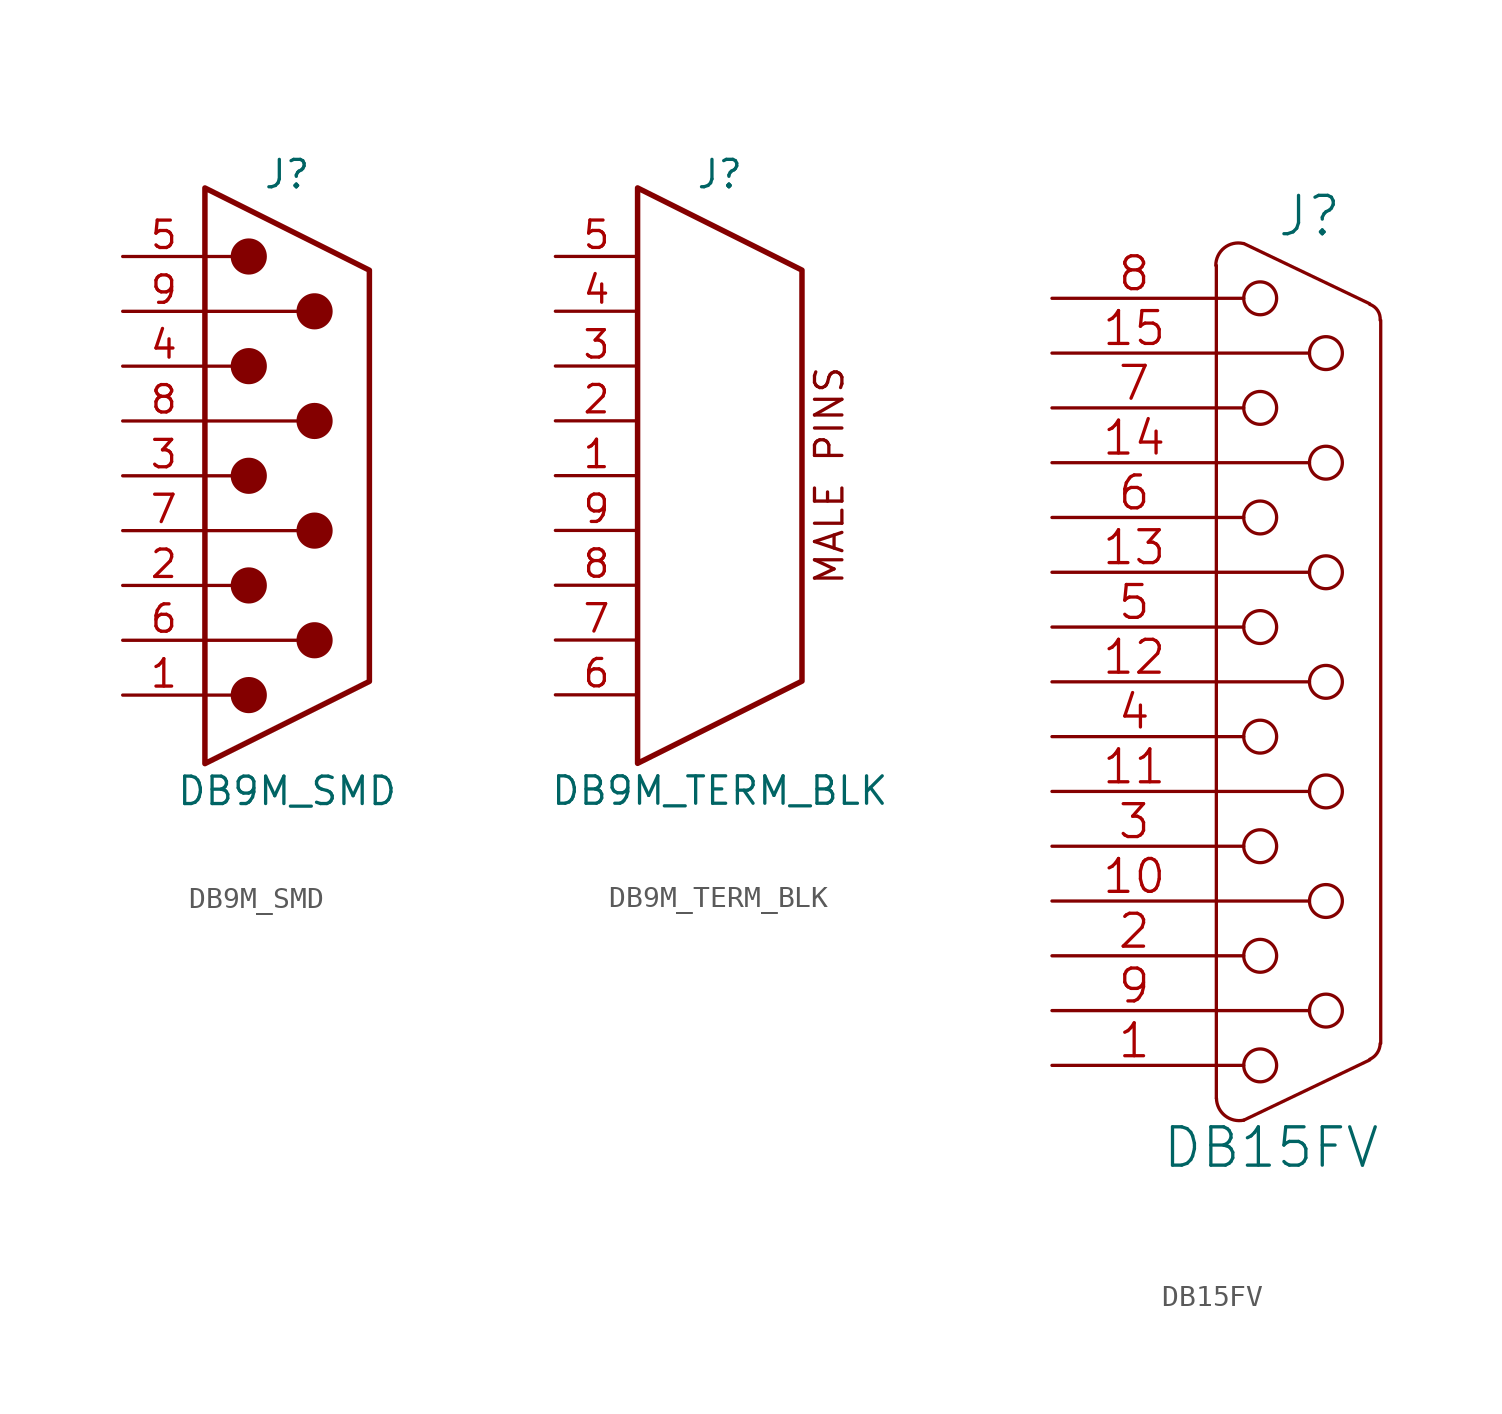
<source format=kicad_sym>
(kicad_symbol_lib
  (version 20211014)
  (generator kicad_symbol_editor)
  (symbol "DB9M_SMD"
    (pin_names
      (offset 1.016) hide)
    (property "Reference" "J"
      (at 0 13.97 0)
      (effects (font (size 1.27 1.27))))
    (property "Value" "DB9M_SMD"
      (at 0 -14.605 0)
      (effects (font (size 1.27 1.27))))
    (symbol "DB9M_SMD_0_1"
      (circle (center -1.778 -10.16) (radius 0.762) (stroke (width 0) (type default) (color 0 0 0 0)) (fill (type outline)))
      (circle (center -1.778 -5.08) (radius 0.762) (stroke (width 0) (type default) (color 0 0 0 0)) (fill (type outline)))
      (circle (center -1.778 0) (radius 0.762) (stroke (width 0) (type default) (color 0 0 0 0)) (fill (type outline)))
      (circle (center -1.778 5.08) (radius 0.762) (stroke (width 0) (type default) (color 0 0 0 0)) (fill (type outline)))
      (circle (center -1.778 10.16) (radius 0.762) (stroke (width 0) (type default) (color 0 0 0 0)) (fill (type outline)))
      (polyline (pts (xy -3.81 -10.16) (xy -2.54 -10.16)) (stroke (width 0) (type default) (color 0 0 0 0)) (fill (type none)))
      (polyline (pts (xy -3.81 -7.62) (xy 0.508 -7.62)) (stroke (width 0) (type default) (color 0 0 0 0)) (fill (type none)))
      (polyline (pts (xy -3.81 -5.08) (xy -2.54 -5.08)) (stroke (width 0) (type default) (color 0 0 0 0)) (fill (type none)))
      (polyline (pts (xy -3.81 -2.54) (xy 0.508 -2.54)) (stroke (width 0) (type default) (color 0 0 0 0)) (fill (type none)))
      (polyline (pts (xy -3.81 0) (xy -2.54 0)) (stroke (width 0) (type default) (color 0 0 0 0)) (fill (type none)))
      (polyline (pts (xy -3.81 2.54) (xy 0.508 2.54)) (stroke (width 0) (type default) (color 0 0 0 0)) (fill (type none)))
      (polyline (pts (xy -3.81 5.08) (xy -2.54 5.08)) (stroke (width 0) (type default) (color 0 0 0 0)) (fill (type none)))
      (polyline (pts (xy -3.81 7.62) (xy 0.508 7.62)) (stroke (width 0) (type default) (color 0 0 0 0)) (fill (type none)))
      (polyline (pts (xy -3.81 10.16) (xy -2.54 10.16)) (stroke (width 0) (type default) (color 0 0 0 0)) (fill (type none)))
      (polyline (pts (xy -3.81 -13.335) (xy -3.81 13.335) (xy 3.81 9.525) (xy 3.81 -9.525) (xy -3.81 -13.335)) (stroke (width 0.254) (type default) (color 0 0 0 0)) (fill (type none)))
      (circle (center 1.27 -7.62) (radius 0.762) (stroke (width 0) (type default) (color 0 0 0 0)) (fill (type outline)))
      (circle (center 1.27 -2.54) (radius 0.762) (stroke (width 0) (type default) (color 0 0 0 0)) (fill (type outline)))
      (circle (center 1.27 2.54) (radius 0.762) (stroke (width 0) (type default) (color 0 0 0 0)) (fill (type outline)))
      (circle (center 1.27 7.62) (radius 0.762) (stroke (width 0) (type default) (color 0 0 0 0)) (fill (type outline))))
    (symbol "DB9M_SMD_1_1"
      (pin passive line (at -7.62 -10.16 0) (length 3.81) (name "1" (effects (font (size 1.27 1.27)))) (number "1" (effects (font (size 1.27 1.27)))))
      (pin passive line (at -7.62 -5.08 0) (length 3.81) (name "2" (effects (font (size 1.27 1.27)))) (number "2" (effects (font (size 1.27 1.27)))))
      (pin passive line (at -7.62 0 0) (length 3.81) (name "3" (effects (font (size 1.27 1.27)))) (number "3" (effects (font (size 1.27 1.27)))))
      (pin passive line (at -7.62 5.08 0) (length 3.81) (name "4" (effects (font (size 1.27 1.27)))) (number "4" (effects (font (size 1.27 1.27)))))
      (pin passive line (at -7.62 10.16 0) (length 3.81) (name "5" (effects (font (size 1.27 1.27)))) (number "5" (effects (font (size 1.27 1.27)))))
      (pin passive line (at -7.62 -7.62 0) (length 3.81) (name "6" (effects (font (size 1.27 1.27)))) (number "6" (effects (font (size 1.27 1.27)))))
      (pin passive line (at -7.62 -2.54 0) (length 3.81) (name "7" (effects (font (size 1.27 1.27)))) (number "7" (effects (font (size 1.27 1.27)))))
      (pin passive line (at -7.62 2.54 0) (length 3.81) (name "8" (effects (font (size 1.27 1.27)))) (number "8" (effects (font (size 1.27 1.27)))))
      (pin passive line (at -7.62 7.62 0) (length 3.81) (name "9" (effects (font (size 1.27 1.27)))) (number "9" (effects (font (size 1.27 1.27)))))))
  (symbol "DB9M_TERM_BLK"
    (pin_names
      (offset 1.016) hide)
    (property "Reference" "J"
      (at 0 13.97 0)
      (effects (font (size 1.27 1.27))))
    (property "Value" "DB9M_TERM_BLK"
      (at 0 -14.605 0)
      (effects (font (size 1.27 1.27))))
    (symbol "DB9M_TERM_BLK_0_0"
      (text "MALE PINS" (at 5.08 0 900) (effects (font (size 1.27 1.27)))))
    (symbol "DB9M_TERM_BLK_0_1"
      (polyline (pts (xy -3.81 -13.335) (xy -3.81 13.335) (xy 3.81 9.525) (xy 3.81 -9.525) (xy -3.81 -13.335)) (stroke (width 0.254) (type default) (color 0 0 0 0)) (fill (type none))))
    (symbol "DB9M_TERM_BLK_1_1"
      (pin passive line (at -7.62 0 0) (length 3.81) (name "1" (effects (font (size 1.27 1.27)))) (number "1" (effects (font (size 1.27 1.27)))))
      (pin passive line (at -7.62 2.54 0) (length 3.81) (name "2" (effects (font (size 1.27 1.27)))) (number "2" (effects (font (size 1.27 1.27)))))
      (pin passive line (at -7.62 5.08 0) (length 3.81) (name "3" (effects (font (size 1.27 1.27)))) (number "3" (effects (font (size 1.27 1.27)))))
      (pin passive line (at -7.62 7.62 0) (length 3.81) (name "4" (effects (font (size 1.27 1.27)))) (number "4" (effects (font (size 1.27 1.27)))))
      (pin passive line (at -7.62 10.16 0) (length 3.81) (name "5" (effects (font (size 1.27 1.27)))) (number "5" (effects (font (size 1.27 1.27)))))
      (pin passive line (at -7.62 -10.16 0) (length 3.81) (name "6" (effects (font (size 1.27 1.27)))) (number "6" (effects (font (size 1.27 1.27)))))
      (pin passive line (at -7.62 -7.62 0) (length 3.81) (name "7" (effects (font (size 1.27 1.27)))) (number "7" (effects (font (size 1.27 1.27)))))
      (pin passive line (at -7.62 -5.08 0) (length 3.81) (name "8" (effects (font (size 1.27 1.27)))) (number "8" (effects (font (size 1.27 1.27)))))
      (pin passive line (at -7.62 -2.54 0) (length 3.81) (name "9" (effects (font (size 1.27 1.27)))) (number "9" (effects (font (size 1.27 1.27)))))))
  (symbol "DB15FV"
    (pin_names
      (offset 1.016) hide)
    (property "Reference" "J"
      (at 0.508 21.59 0)
      (effects (font (size 1.778 1.778))))
    (property "Value" "DB15FV"
      (at -1.27 -21.59 0)
      (effects (font (size 1.778 1.778))))
    (property "Datasheet" ""
      (at 0 0 0)
      (effects (font (size 1.524 1.524))))
    (symbol "DB15FV_0_1"
      (arc (start -3.81 -19.304) (mid -3.4118 -20.1103) (end -2.54 -20.32) (stroke (width 0) (type default) (color 0 0 0 0)) (fill (type none)))
      (arc (start -2.5654 20.32) (mid -3.4446 20.1172) (end -3.8354 19.304) (stroke (width 0) (type default) (color 0 0 0 0)) (fill (type none)))
      (circle (center -1.778 -17.78) (radius 0.762) (stroke (width 0) (type default) (color 0 0 0 0)) (fill (type none)))
      (circle (center -1.778 -12.7) (radius 0.762) (stroke (width 0) (type default) (color 0 0 0 0)) (fill (type none)))
      (circle (center -1.778 -7.62) (radius 0.762) (stroke (width 0) (type default) (color 0 0 0 0)) (fill (type none)))
      (circle (center -1.778 -2.54) (radius 0.762) (stroke (width 0) (type default) (color 0 0 0 0)) (fill (type none)))
      (circle (center -1.778 2.54) (radius 0.762) (stroke (width 0) (type default) (color 0 0 0 0)) (fill (type none)))
      (circle (center -1.778 7.62) (radius 0.762) (stroke (width 0) (type default) (color 0 0 0 0)) (fill (type none)))
      (circle (center -1.778 12.7) (radius 0.762) (stroke (width 0) (type default) (color 0 0 0 0)) (fill (type none)))
      (circle (center -1.778 17.78) (radius 0.762) (stroke (width 0) (type default) (color 0 0 0 0)) (fill (type none)))
      (polyline (pts (xy -3.81 -19.304) (xy -3.81 19.304)) (stroke (width 0) (type default) (color 0 0 0 0)) (fill (type none)))
      (polyline (pts (xy -3.81 -17.78) (xy -2.54 -17.78)) (stroke (width 0) (type default) (color 0 0 0 0)) (fill (type none)))
      (polyline (pts (xy -3.81 -15.24) (xy 0.508 -15.24)) (stroke (width 0) (type default) (color 0 0 0 0)) (fill (type none)))
      (polyline (pts (xy -3.81 -12.7) (xy -2.54 -12.7)) (stroke (width 0) (type default) (color 0 0 0 0)) (fill (type none)))
      (polyline (pts (xy -3.81 -10.16) (xy 0.508 -10.16)) (stroke (width 0) (type default) (color 0 0 0 0)) (fill (type none)))
      (polyline (pts (xy -3.81 -7.62) (xy -2.54 -7.62)) (stroke (width 0) (type default) (color 0 0 0 0)) (fill (type none)))
      (polyline (pts (xy -3.81 -5.08) (xy 0.508 -5.08)) (stroke (width 0) (type default) (color 0 0 0 0)) (fill (type none)))
      (polyline (pts (xy -3.81 -2.54) (xy -2.54 -2.54)) (stroke (width 0) (type default) (color 0 0 0 0)) (fill (type none)))
      (polyline (pts (xy -3.81 0) (xy 0.508 0)) (stroke (width 0) (type default) (color 0 0 0 0)) (fill (type none)))
      (polyline (pts (xy -3.81 2.54) (xy -2.54 2.54)) (stroke (width 0) (type default) (color 0 0 0 0)) (fill (type none)))
      (polyline (pts (xy -3.81 5.08) (xy 0.508 5.08)) (stroke (width 0) (type default) (color 0 0 0 0)) (fill (type none)))
      (polyline (pts (xy -3.81 7.62) (xy -2.54 7.62)) (stroke (width 0) (type default) (color 0 0 0 0)) (fill (type none)))
      (polyline (pts (xy -3.81 10.16) (xy 0.508 10.16)) (stroke (width 0) (type default) (color 0 0 0 0)) (fill (type none)))
      (polyline (pts (xy -3.81 12.7) (xy -2.54 12.7)) (stroke (width 0) (type default) (color 0 0 0 0)) (fill (type none)))
      (polyline (pts (xy -3.81 15.24) (xy 0.508 15.24)) (stroke (width 0) (type default) (color 0 0 0 0)) (fill (type none)))
      (polyline (pts (xy -3.81 17.78) (xy -2.54 17.78)) (stroke (width 0) (type default) (color 0 0 0 0)) (fill (type none)))
      (polyline (pts (xy 3.302 -17.526) (xy -2.54 -20.32)) (stroke (width 0) (type default) (color 0 0 0 0)) (fill (type none)))
      (polyline (pts (xy 3.302 17.526) (xy -2.54 20.32)) (stroke (width 0) (type default) (color 0 0 0 0)) (fill (type none)))
      (polyline (pts (xy 3.81 -16.764) (xy 3.81 16.764)) (stroke (width 0) (type default) (color 0 0 0 0)) (fill (type none)))
      (circle (center 1.27 -15.24) (radius 0.762) (stroke (width 0) (type default) (color 0 0 0 0)) (fill (type none)))
      (circle (center 1.27 -10.16) (radius 0.762) (stroke (width 0) (type default) (color 0 0 0 0)) (fill (type none)))
      (circle (center 1.27 -5.08) (radius 0.762) (stroke (width 0) (type default) (color 0 0 0 0)) (fill (type none)))
      (circle (center 1.27 0) (radius 0.762) (stroke (width 0) (type default) (color 0 0 0 0)) (fill (type none)))
      (circle (center 1.27 5.08) (radius 0.762) (stroke (width 0) (type default) (color 0 0 0 0)) (fill (type none)))
      (circle (center 1.27 10.16) (radius 0.762) (stroke (width 0) (type default) (color 0 0 0 0)) (fill (type none)))
      (circle (center 1.27 15.24) (radius 0.762) (stroke (width 0) (type default) (color 0 0 0 0)) (fill (type none)))
      (arc (start 3.302 -17.5006) (mid 3.6494 -17.2028) (end 3.7846 -16.764) (stroke (width 0) (type default) (color 0 0 0 0)) (fill (type none)))
      (arc (start 3.7846 16.764) (mid 3.6682 17.2155) (end 3.302 17.5006) (stroke (width 0) (type default) (color 0 0 0 0)) (fill (type none))))
    (symbol "DB15FV_1_1"
      (pin passive line (at -11.43 -17.78 0) (length 7.62) (name "1" (effects (font (size 1.524 1.524)))) (number "1" (effects (font (size 1.524 1.524)))))
      (pin passive line (at -11.43 -10.16 0) (length 7.62) (name "P10" (effects (font (size 1.524 1.524)))) (number "10" (effects (font (size 1.524 1.524)))))
      (pin passive line (at -11.43 -5.08 0) (length 7.62) (name "P111" (effects (font (size 1.524 1.524)))) (number "11" (effects (font (size 1.524 1.524)))))
      (pin passive line (at -11.43 0 0) (length 7.62) (name "P12" (effects (font (size 1.524 1.524)))) (number "12" (effects (font (size 1.524 1.524)))))
      (pin passive line (at -11.43 5.08 0) (length 7.62) (name "P13" (effects (font (size 1.524 1.524)))) (number "13" (effects (font (size 1.524 1.524)))))
      (pin passive line (at -11.43 10.16 0) (length 7.62) (name "P14" (effects (font (size 1.524 1.524)))) (number "14" (effects (font (size 1.524 1.524)))))
      (pin passive line (at -11.43 15.24 0) (length 7.62) (name "P15" (effects (font (size 1.524 1.524)))) (number "15" (effects (font (size 1.524 1.524)))))
      (pin passive line (at -11.43 -12.7 0) (length 7.62) (name "2" (effects (font (size 1.524 1.524)))) (number "2" (effects (font (size 1.524 1.524)))))
      (pin passive line (at -11.43 -7.62 0) (length 7.62) (name "3" (effects (font (size 1.524 1.524)))) (number "3" (effects (font (size 1.524 1.524)))))
      (pin passive line (at -11.43 -2.54 0) (length 7.62) (name "4" (effects (font (size 1.524 1.524)))) (number "4" (effects (font (size 1.524 1.524)))))
      (pin passive line (at -11.43 2.54 0) (length 7.62) (name "5" (effects (font (size 1.524 1.524)))) (number "5" (effects (font (size 1.524 1.524)))))
      (pin passive line (at -11.43 7.62 0) (length 7.62) (name "6" (effects (font (size 1.524 1.524)))) (number "6" (effects (font (size 1.524 1.524)))))
      (pin passive line (at -11.43 12.7 0) (length 7.62) (name "7" (effects (font (size 1.524 1.524)))) (number "7" (effects (font (size 1.524 1.524)))))
      (pin passive line (at -11.43 17.78 0) (length 7.62) (name "8" (effects (font (size 1.524 1.524)))) (number "8" (effects (font (size 1.524 1.524)))))
      (pin passive line (at -11.43 -15.24 0) (length 7.62) (name "P9" (effects (font (size 1.524 1.524)))) (number "9" (effects (font (size 1.524 1.524))))))))
</source>
